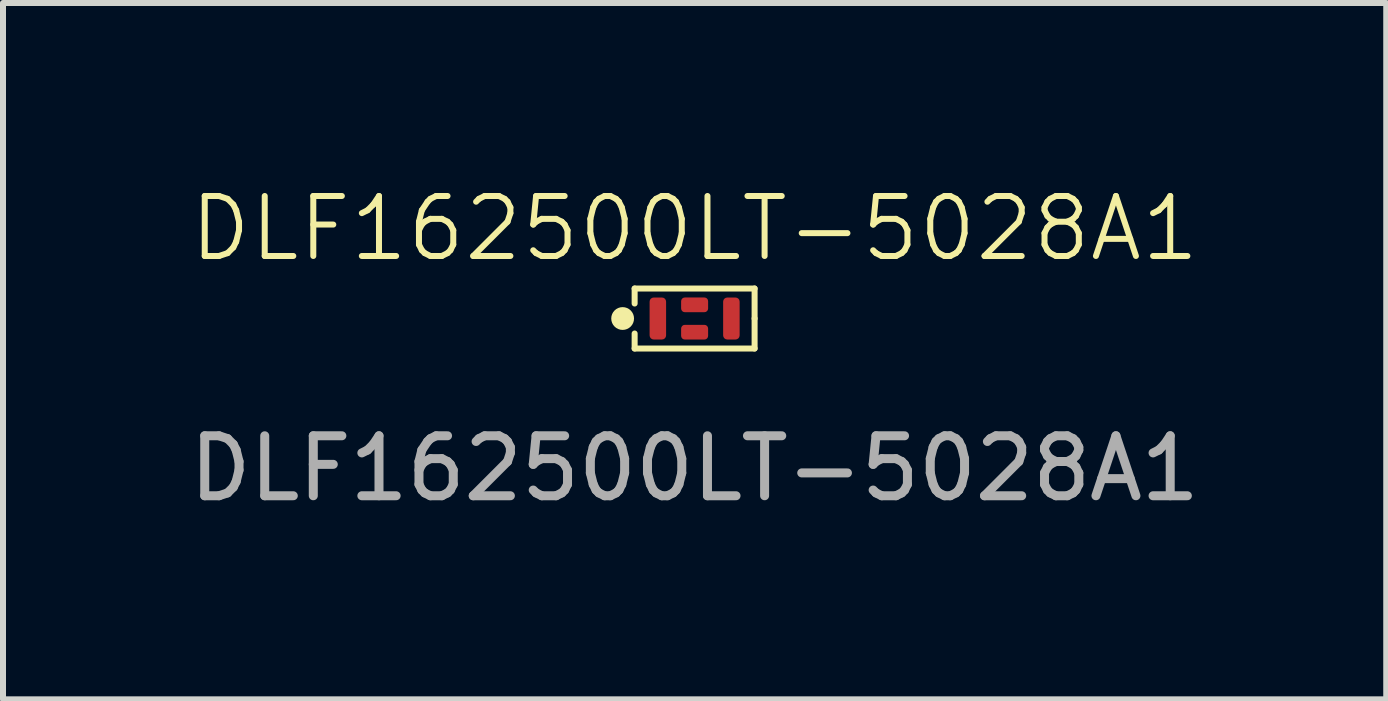
<source format=kicad_pcb>
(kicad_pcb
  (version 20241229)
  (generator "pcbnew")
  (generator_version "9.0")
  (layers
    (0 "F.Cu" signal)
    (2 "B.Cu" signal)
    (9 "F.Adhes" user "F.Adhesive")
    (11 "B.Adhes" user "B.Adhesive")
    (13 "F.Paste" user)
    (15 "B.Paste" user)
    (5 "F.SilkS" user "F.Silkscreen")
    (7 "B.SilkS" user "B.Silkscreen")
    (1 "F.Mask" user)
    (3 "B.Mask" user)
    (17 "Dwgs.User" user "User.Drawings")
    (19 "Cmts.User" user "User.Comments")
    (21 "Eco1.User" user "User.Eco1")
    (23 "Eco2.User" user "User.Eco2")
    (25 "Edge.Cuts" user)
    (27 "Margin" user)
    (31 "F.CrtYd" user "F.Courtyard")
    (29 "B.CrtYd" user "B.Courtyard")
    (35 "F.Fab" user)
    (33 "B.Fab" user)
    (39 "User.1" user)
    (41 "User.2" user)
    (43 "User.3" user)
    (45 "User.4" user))
  (footprint "DLF162500LT-5028A1"
    (layer "F.Cu")
    (at 8.53 2.26)
    (property "Reference" "DLF162500LT-5028A1" (at 0 -1.5 0) (unlocked yes) (layer "F.SilkS") (effects (font (size 1 1) (thickness 0.1))))
    (attr smd)
    (fp_line (start -1 -0.5) (end -1 -0.25) (stroke (width 0.1) (type solid)) (layer "F.SilkS"))
    (fp_line (start -1 -0.5) (end 1 -0.5) (stroke (width 0.1) (type default)) (layer "F.SilkS"))
    (fp_line (start -1 0.25) (end -1 0.5) (stroke (width 0.1) (type solid)) (layer "F.SilkS"))
    (fp_line (start 1 -0.5) (end 1 0) (stroke (width 0.1) (type default)) (layer "F.SilkS"))
    (fp_line (start 1 0) (end 1 0.5) (stroke (width 0.1) (type default)) (layer "F.SilkS"))
    (fp_line (start 1 0.5) (end -1 0.5) (stroke (width 0.1) (type default)) (layer "F.SilkS"))
    (fp_circle (center -1.2 0) (end -1.05 0) (stroke (width 0.08) (type solid)) (fill yes) (layer "F.SilkS"))
    (fp_text user "${REFERENCE}" (at 0 2.5 0) (unlocked yes) (layer "F.Fab") (effects (font (size 1 1) (thickness 0.15))))
    (pad "1" smd roundrect (at -0.613 0) (size 0.275 0.7) (layers "F.Cu" "F.Mask" "F.Paste") (roundrect_rratio 0.25))
    (pad "2" smd roundrect (at 0 0.228) (size 0.45 0.245) (layers "F.Cu" "F.Mask" "F.Paste") (roundrect_rratio 0.25))
    (pad "3" smd roundrect (at 0.613 0) (size 0.275 0.7) (layers "F.Cu" "F.Mask" "F.Paste") (roundrect_rratio 0.25))
    (pad "4" smd roundrect (at 0 -0.228) (size 0.45 0.245) (layers "F.Cu" "F.Mask" "F.Paste") (roundrect_rratio 0.25)))
  (gr_rect
    (start -3 -3)
    (end 20.06 8.609)
    (stroke (width 0.1) (type default))
    (fill no)
    (layer "Edge.Cuts")))
</source>
